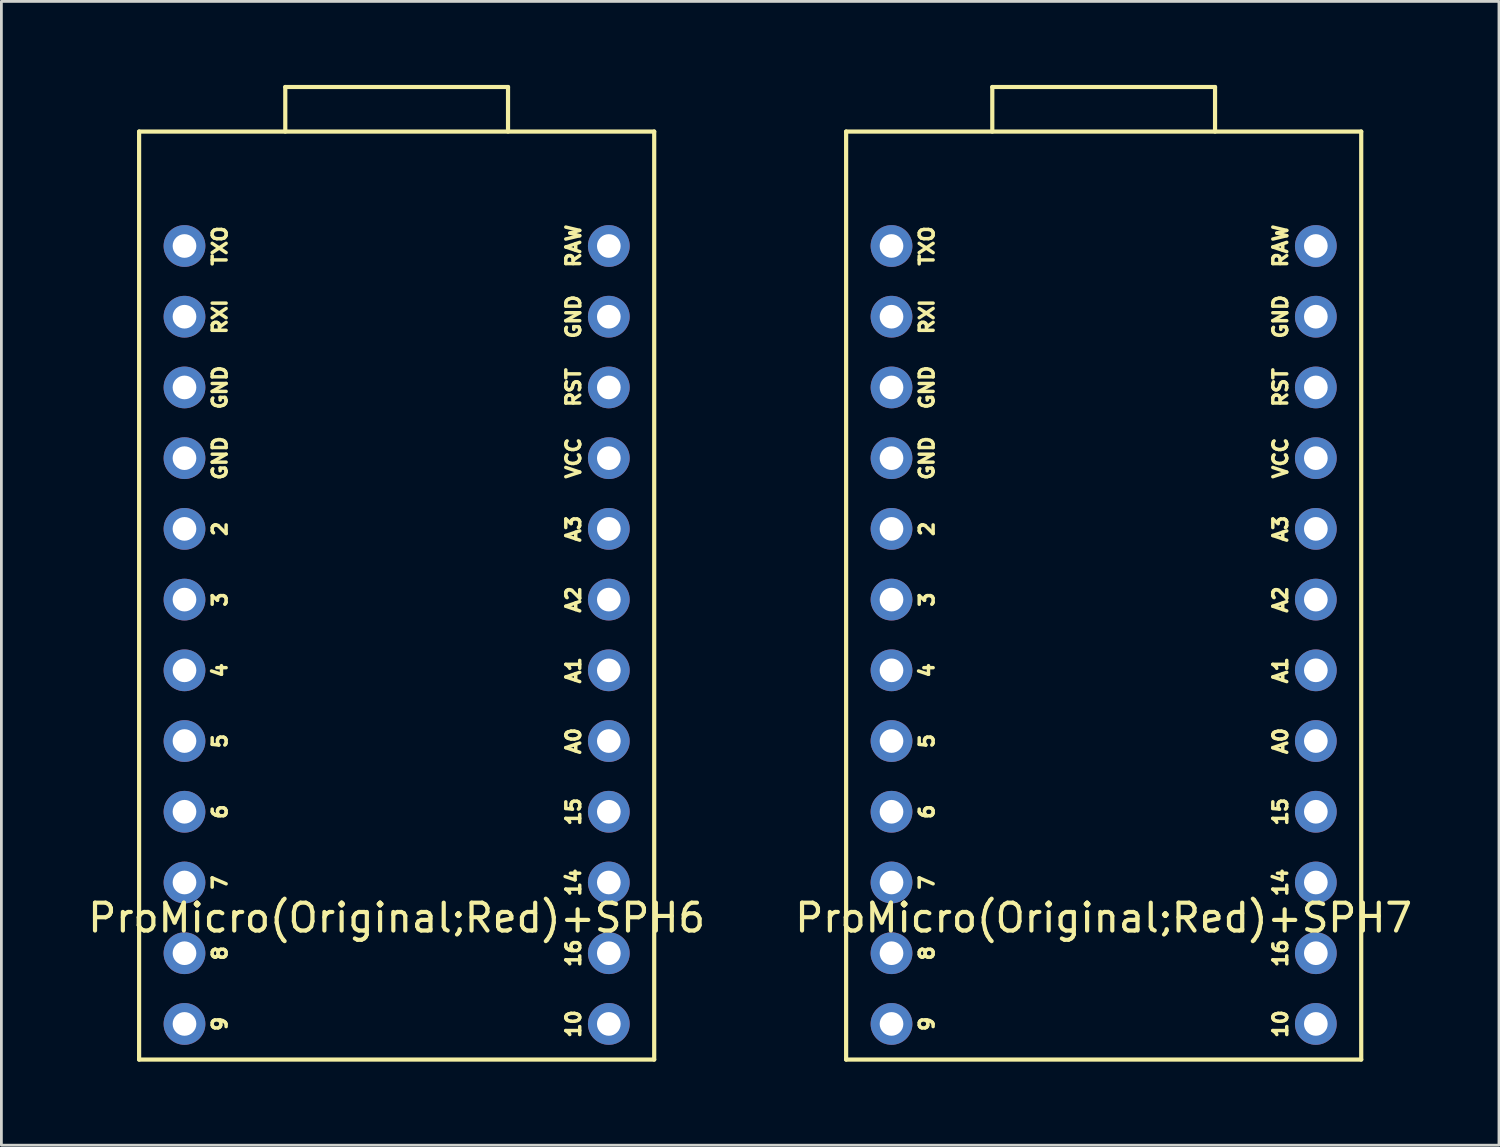
<source format=kicad_pcb>
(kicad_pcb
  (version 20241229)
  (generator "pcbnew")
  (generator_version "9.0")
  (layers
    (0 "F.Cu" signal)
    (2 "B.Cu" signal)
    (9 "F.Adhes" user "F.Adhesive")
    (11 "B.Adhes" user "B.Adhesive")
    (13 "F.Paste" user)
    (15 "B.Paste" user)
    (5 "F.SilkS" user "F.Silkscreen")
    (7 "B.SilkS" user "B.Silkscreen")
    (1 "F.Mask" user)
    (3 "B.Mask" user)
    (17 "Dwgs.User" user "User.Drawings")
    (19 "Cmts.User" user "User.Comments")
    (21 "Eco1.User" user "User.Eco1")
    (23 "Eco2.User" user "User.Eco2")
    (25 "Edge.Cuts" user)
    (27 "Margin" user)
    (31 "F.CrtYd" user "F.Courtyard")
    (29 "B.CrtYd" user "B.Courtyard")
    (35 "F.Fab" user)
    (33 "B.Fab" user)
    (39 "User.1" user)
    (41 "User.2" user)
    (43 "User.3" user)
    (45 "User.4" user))
  (footprint "ProMicro(Original;Red)+SPH7"
    (layer "F.Cu")
    (at 28.969 5.785)
    (property "Reference" "ProMicro(Original;Red)+SPH7" (at 7.62 24.13 0) (layer "F.SilkS") (effects (font (size 1 1) (thickness 0.15))))
    (attr through_hole)
    (fp_line (start -1.63 -4.11) (end -1.63 29.22) (stroke (width 0.15) (type solid)) (layer "F.SilkS"))
    (fp_line (start -1.63 29.22) (end 16.87 29.22) (stroke (width 0.15) (type solid)) (layer "F.SilkS"))
    (fp_line (start 3.62 -5.71) (end 11.62 -5.71) (stroke (width 0.15) (type solid)) (layer "F.SilkS"))
    (fp_line (start 3.62 -4.11) (end 3.62 -5.71) (stroke (width 0.15) (type solid)) (layer "F.SilkS"))
    (fp_line (start 11.62 -5.71) (end 11.62 -4.11) (stroke (width 0.15) (type solid)) (layer "F.SilkS"))
    (fp_line (start 16.87 -4.11) (end -1.63 -4.11) (stroke (width 0.15) (type solid)) (layer "F.SilkS"))
    (fp_line (start 16.87 29.22) (end 16.87 -4.11) (stroke (width 0.15) (type solid)) (layer "F.SilkS"))
    (fp_text user "RXI" (at 1.27 2.54 90) (layer "F.SilkS") (effects (font (size 0.5 0.5) (thickness 0.125))))
    (fp_text user "5" (at 1.27 17.78 90) (layer "F.SilkS") (effects (font (size 0.5 0.5) (thickness 0.125))))
    (fp_text user "6" (at 1.27 20.32 90) (layer "F.SilkS") (effects (font (size 0.5 0.5) (thickness 0.125))))
    (fp_text user "GND" (at 1.27 7.62 90) (layer "F.SilkS") (effects (font (size 0.5 0.5) (thickness 0.125))))
    (fp_text user "15" (at 13.97 20.32 90) (layer "F.SilkS") (effects (font (size 0.5 0.5) (thickness 0.125))))
    (fp_text user "A3" (at 13.97 10.16 90) (layer "F.SilkS") (effects (font (size 0.5 0.5) (thickness 0.125))))
    (fp_text user "14" (at 13.97 22.86 90) (layer "F.SilkS") (effects (font (size 0.5 0.5) (thickness 0.125))))
    (fp_text user "TXO" (at 1.27 0 90) (layer "F.SilkS") (effects (font (size 0.5 0.5) (thickness 0.125))))
    (fp_text user "A0" (at 13.97 17.78 90) (layer "F.SilkS") (effects (font (size 0.5 0.5) (thickness 0.125))))
    (fp_text user "16" (at 13.97 25.4 90) (layer "F.SilkS") (effects (font (size 0.5 0.5) (thickness 0.125))))
    (fp_text user "A1" (at 13.97 15.24 90) (layer "F.SilkS") (effects (font (size 0.5 0.5) (thickness 0.125))))
    (fp_text user "3" (at 1.27 12.7 90) (layer "F.SilkS") (effects (font (size 0.5 0.5) (thickness 0.125))))
    (fp_text user "8" (at 1.27 25.4 90) (layer "F.SilkS") (effects (font (size 0.5 0.5) (thickness 0.125))))
    (fp_text user "GND" (at 13.97 2.54 90) (layer "F.SilkS") (effects (font (size 0.5 0.5) (thickness 0.125))))
    (fp_text user "GND" (at 1.27 5.08 90) (layer "F.SilkS") (effects (font (size 0.5 0.5) (thickness 0.125))))
    (fp_text user "9" (at 1.27 27.94 90) (layer "F.SilkS") (effects (font (size 0.5 0.5) (thickness 0.125))))
    (fp_text user "10" (at 13.97 27.94 90) (layer "F.SilkS") (effects (font (size 0.5 0.5) (thickness 0.125))))
    (fp_text user "VCC" (at 13.97 7.62 90) (layer "F.SilkS") (effects (font (size 0.5 0.5) (thickness 0.125))))
    (fp_text user "7" (at 1.27 22.86 90) (layer "F.SilkS") (effects (font (size 0.5 0.5) (thickness 0.125))))
    (fp_text user "2" (at 1.27 10.16 90) (layer "F.SilkS") (effects (font (size 0.5 0.5) (thickness 0.125))))
    (fp_text user "RAW" (at 13.97 0 90) (layer "F.SilkS") (effects (font (size 0.5 0.5) (thickness 0.125))))
    (fp_text user "RST" (at 13.97 5.08 90) (layer "F.SilkS") (effects (font (size 0.5 0.5) (thickness 0.125))))
    (fp_text user "4" (at 1.27 15.24 90) (layer "F.SilkS") (effects (font (size 0.5 0.5) (thickness 0.125))))
    (fp_text user "A2" (at 13.97 12.7 90) (layer "F.SilkS") (effects (font (size 0.5 0.5) (thickness 0.125))))
    (pad "2" thru_hole circle (at 0 10.16) (size 1.5 1.5) (drill 0.85) (layers "*.Cu" "*.Mask"))
    (pad "3" thru_hole circle (at 0 12.7) (size 1.5 1.5) (drill 0.85) (layers "*.Cu" "*.Mask"))
    (pad "4" thru_hole circle (at 0 15.24) (size 1.5 1.5) (drill 0.85) (layers "*.Cu" "*.Mask"))
    (pad "5" thru_hole circle (at 0 17.78) (size 1.5 1.5) (drill 0.85) (layers "*.Cu" "*.Mask"))
    (pad "6" thru_hole circle (at 0 20.32) (size 1.5 1.5) (drill 0.85) (layers "*.Cu" "*.Mask"))
    (pad "7" thru_hole circle (at 0 22.86) (size 1.5 1.5) (drill 0.85) (layers "*.Cu" "*.Mask"))
    (pad "8" thru_hole circle (at 0 25.4) (size 1.5 1.5) (drill 0.85) (layers "*.Cu" "*.Mask"))
    (pad "9" thru_hole circle (at 0 27.94) (size 1.5 1.5) (drill 0.85) (layers "*.Cu" "*.Mask"))
    (pad "10" thru_hole circle (at 15.24 27.94) (size 1.5 1.5) (drill 0.85) (layers "*.Cu" "*.Mask"))
    (pad "14" thru_hole circle (at 15.24 22.86) (size 1.5 1.5) (drill 0.85) (layers "*.Cu" "*.Mask"))
    (pad "15" thru_hole circle (at 15.24 20.32) (size 1.5 1.5) (drill 0.85) (layers "*.Cu" "*.Mask"))
    (pad "16" thru_hole circle (at 15.24 25.4) (size 1.5 1.5) (drill 0.85) (layers "*.Cu" "*.Mask"))
    (pad "A0" thru_hole circle (at 15.24 17.78) (size 1.5 1.5) (drill 0.85) (layers "*.Cu" "*.Mask"))
    (pad "A1" thru_hole circle (at 15.24 15.24) (size 1.5 1.5) (drill 0.85) (layers "*.Cu" "*.Mask"))
    (pad "A2" thru_hole circle (at 15.24 12.7) (size 1.5 1.5) (drill 0.85) (layers "*.Cu" "*.Mask"))
    (pad "A3" thru_hole circle (at 15.24 10.16) (size 1.5 1.5) (drill 0.85) (layers "*.Cu" "*.Mask"))
    (pad "GND0" thru_hole circle (at 15.24 2.54) (size 1.5 1.5) (drill 0.85) (layers "*.Cu" "*.Mask"))
    (pad "GND1" thru_hole circle (at 0 5.08) (size 1.5 1.5) (drill 0.85) (layers "*.Cu" "*.Mask"))
    (pad "GND2" thru_hole circle (at 0 7.62) (size 1.5 1.5) (drill 0.85) (layers "*.Cu" "*.Mask"))
    (pad "RAW" thru_hole circle (at 15.24 0) (size 1.5 1.5) (drill 0.85) (layers "*.Cu" "*.Mask"))
    (pad "RST" thru_hole circle (at 15.24 5.08) (size 1.5 1.5) (drill 0.85) (layers "*.Cu" "*.Mask"))
    (pad "RXI" thru_hole circle (at 0 2.54) (size 1.5 1.5) (drill 0.85) (layers "*.Cu" "*.Mask"))
    (pad "TXO" thru_hole circle (at 0 0 90) (size 1.5 1.5) (drill 0.85) (layers "*.Cu" "*.Mask"))
    (pad "VCC" thru_hole circle (at 15.24 7.62) (size 1.5 1.5) (drill 0.85) (layers "*.Cu" "*.Mask")))
  (footprint "ProMicro(Original;Red)+SPH6"
    (layer "F.Cu")
    (at 3.576 5.785)
    (property "Reference" "ProMicro(Original;Red)+SPH6" (at 7.62 24.13 0) (layer "F.SilkS") (effects (font (size 1 1) (thickness 0.15))))
    (attr through_hole)
    (fp_line (start -1.63 -4.11) (end -1.63 29.22) (stroke (width 0.15) (type solid)) (layer "F.SilkS"))
    (fp_line (start -1.63 29.22) (end 16.87 29.22) (stroke (width 0.15) (type solid)) (layer "F.SilkS"))
    (fp_line (start 3.62 -5.71) (end 11.62 -5.71) (stroke (width 0.15) (type solid)) (layer "F.SilkS"))
    (fp_line (start 3.62 -4.11) (end 3.62 -5.71) (stroke (width 0.15) (type solid)) (layer "F.SilkS"))
    (fp_line (start 11.62 -5.71) (end 11.62 -4.11) (stroke (width 0.15) (type solid)) (layer "F.SilkS"))
    (fp_line (start 16.87 -4.11) (end -1.63 -4.11) (stroke (width 0.15) (type solid)) (layer "F.SilkS"))
    (fp_line (start 16.87 29.22) (end 16.87 -4.11) (stroke (width 0.15) (type solid)) (layer "F.SilkS"))
    (fp_text user "2" (at 1.27 10.16 90) (layer "F.SilkS") (effects (font (size 0.5 0.5) (thickness 0.125))))
    (fp_text user "RST" (at 13.97 5.08 90) (layer "F.SilkS") (effects (font (size 0.5 0.5) (thickness 0.125))))
    (fp_text user "A1" (at 13.97 15.24 90) (layer "F.SilkS") (effects (font (size 0.5 0.5) (thickness 0.125))))
    (fp_text user "15" (at 13.97 20.32 90) (layer "F.SilkS") (effects (font (size 0.5 0.5) (thickness 0.125))))
    (fp_text user "GND" (at 13.97 2.54 90) (layer "F.SilkS") (effects (font (size 0.5 0.5) (thickness 0.125))))
    (fp_text user "8" (at 1.27 25.4 90) (layer "F.SilkS") (effects (font (size 0.5 0.5) (thickness 0.125))))
    (fp_text user "A2" (at 13.97 12.7 90) (layer "F.SilkS") (effects (font (size 0.5 0.5) (thickness 0.125))))
    (fp_text user "A0" (at 13.97 17.78 90) (layer "F.SilkS") (effects (font (size 0.5 0.5) (thickness 0.125))))
    (fp_text user "RAW" (at 13.97 0 90) (layer "F.SilkS") (effects (font (size 0.5 0.5) (thickness 0.125))))
    (fp_text user "RXI" (at 1.27 2.54 90) (layer "F.SilkS") (effects (font (size 0.5 0.5) (thickness 0.125))))
    (fp_text user "6" (at 1.27 20.32 90) (layer "F.SilkS") (effects (font (size 0.5 0.5) (thickness 0.125))))
    (fp_text user "5" (at 1.27 17.78 90) (layer "F.SilkS") (effects (font (size 0.5 0.5) (thickness 0.125))))
    (fp_text user "16" (at 13.97 25.4 90) (layer "F.SilkS") (effects (font (size 0.5 0.5) (thickness 0.125))))
    (fp_text user "4" (at 1.27 15.24 90) (layer "F.SilkS") (effects (font (size 0.5 0.5) (thickness 0.125))))
    (fp_text user "14" (at 13.97 22.86 90) (layer "F.SilkS") (effects (font (size 0.5 0.5) (thickness 0.125))))
    (fp_text user "GND" (at 1.27 7.62 90) (layer "F.SilkS") (effects (font (size 0.5 0.5) (thickness 0.125))))
    (fp_text user "A3" (at 13.97 10.16 90) (layer "F.SilkS") (effects (font (size 0.5 0.5) (thickness 0.125))))
    (fp_text user "7" (at 1.27 22.86 90) (layer "F.SilkS") (effects (font (size 0.5 0.5) (thickness 0.125))))
    (fp_text user "9" (at 1.27 27.94 90) (layer "F.SilkS") (effects (font (size 0.5 0.5) (thickness 0.125))))
    (fp_text user "TXO" (at 1.27 0 90) (layer "F.SilkS") (effects (font (size 0.5 0.5) (thickness 0.125))))
    (fp_text user "10" (at 13.97 27.94 90) (layer "F.SilkS") (effects (font (size 0.5 0.5) (thickness 0.125))))
    (fp_text user "GND" (at 1.27 5.08 90) (layer "F.SilkS") (effects (font (size 0.5 0.5) (thickness 0.125))))
    (fp_text user "VCC" (at 13.97 7.62 90) (layer "F.SilkS") (effects (font (size 0.5 0.5) (thickness 0.125))))
    (fp_text user "3" (at 1.27 12.7 90) (layer "F.SilkS") (effects (font (size 0.5 0.5) (thickness 0.125))))
    (pad "2" thru_hole circle (at 0 10.16) (size 1.5 1.5) (drill 0.85) (layers "*.Cu" "*.Mask"))
    (pad "3" thru_hole circle (at 0 12.7) (size 1.5 1.5) (drill 0.85) (layers "*.Cu" "*.Mask"))
    (pad "4" thru_hole circle (at 0 15.24) (size 1.5 1.5) (drill 0.85) (layers "*.Cu" "*.Mask"))
    (pad "5" thru_hole circle (at 0 17.78) (size 1.5 1.5) (drill 0.85) (layers "*.Cu" "*.Mask"))
    (pad "6" thru_hole circle (at 0 20.32) (size 1.5 1.5) (drill 0.85) (layers "*.Cu" "*.Mask"))
    (pad "7" thru_hole circle (at 0 22.86) (size 1.5 1.5) (drill 0.85) (layers "*.Cu" "*.Mask"))
    (pad "8" thru_hole circle (at 0 25.4) (size 1.5 1.5) (drill 0.85) (layers "*.Cu" "*.Mask"))
    (pad "9" thru_hole circle (at 0 27.94) (size 1.5 1.5) (drill 0.85) (layers "*.Cu" "*.Mask"))
    (pad "10" thru_hole circle (at 15.24 27.94) (size 1.5 1.5) (drill 0.85) (layers "*.Cu" "*.Mask"))
    (pad "14" thru_hole circle (at 15.24 22.86) (size 1.5 1.5) (drill 0.85) (layers "*.Cu" "*.Mask"))
    (pad "15" thru_hole circle (at 15.24 20.32) (size 1.5 1.5) (drill 0.85) (layers "*.Cu" "*.Mask"))
    (pad "16" thru_hole circle (at 15.24 25.4) (size 1.5 1.5) (drill 0.85) (layers "*.Cu" "*.Mask"))
    (pad "A0" thru_hole circle (at 15.24 17.78) (size 1.5 1.5) (drill 0.85) (layers "*.Cu" "*.Mask"))
    (pad "A1" thru_hole circle (at 15.24 15.24) (size 1.5 1.5) (drill 0.85) (layers "*.Cu" "*.Mask"))
    (pad "A2" thru_hole circle (at 15.24 12.7) (size 1.5 1.5) (drill 0.85) (layers "*.Cu" "*.Mask"))
    (pad "A3" thru_hole circle (at 15.24 10.16) (size 1.5 1.5) (drill 0.85) (layers "*.Cu" "*.Mask"))
    (pad "GND0" thru_hole circle (at 15.24 2.54) (size 1.5 1.5) (drill 0.85) (layers "*.Cu" "*.Mask"))
    (pad "GND1" thru_hole circle (at 0 5.08) (size 1.5 1.5) (drill 0.85) (layers "*.Cu" "*.Mask"))
    (pad "GND2" thru_hole circle (at 0 7.62) (size 1.5 1.5) (drill 0.85) (layers "*.Cu" "*.Mask"))
    (pad "RAW" thru_hole circle (at 15.24 0) (size 1.5 1.5) (drill 0.85) (layers "*.Cu" "*.Mask"))
    (pad "RST" thru_hole circle (at 15.24 5.08) (size 1.5 1.5) (drill 0.85) (layers "*.Cu" "*.Mask"))
    (pad "RXI" thru_hole circle (at 0 2.54) (size 1.5 1.5) (drill 0.85) (layers "*.Cu" "*.Mask"))
    (pad "TXO" thru_hole circle (at 0 0 90) (size 1.5 1.5) (drill 0.85) (layers "*.Cu" "*.Mask"))
    (pad "VCC" thru_hole circle (at 15.24 7.62) (size 1.5 1.5) (drill 0.85) (layers "*.Cu" "*.Mask")))
  (gr_rect
    (start -3 -3)
    (end 50.786 38.08)
    (stroke (width 0.1) (type default))
    (fill no)
    (layer "Edge.Cuts")))
</source>
